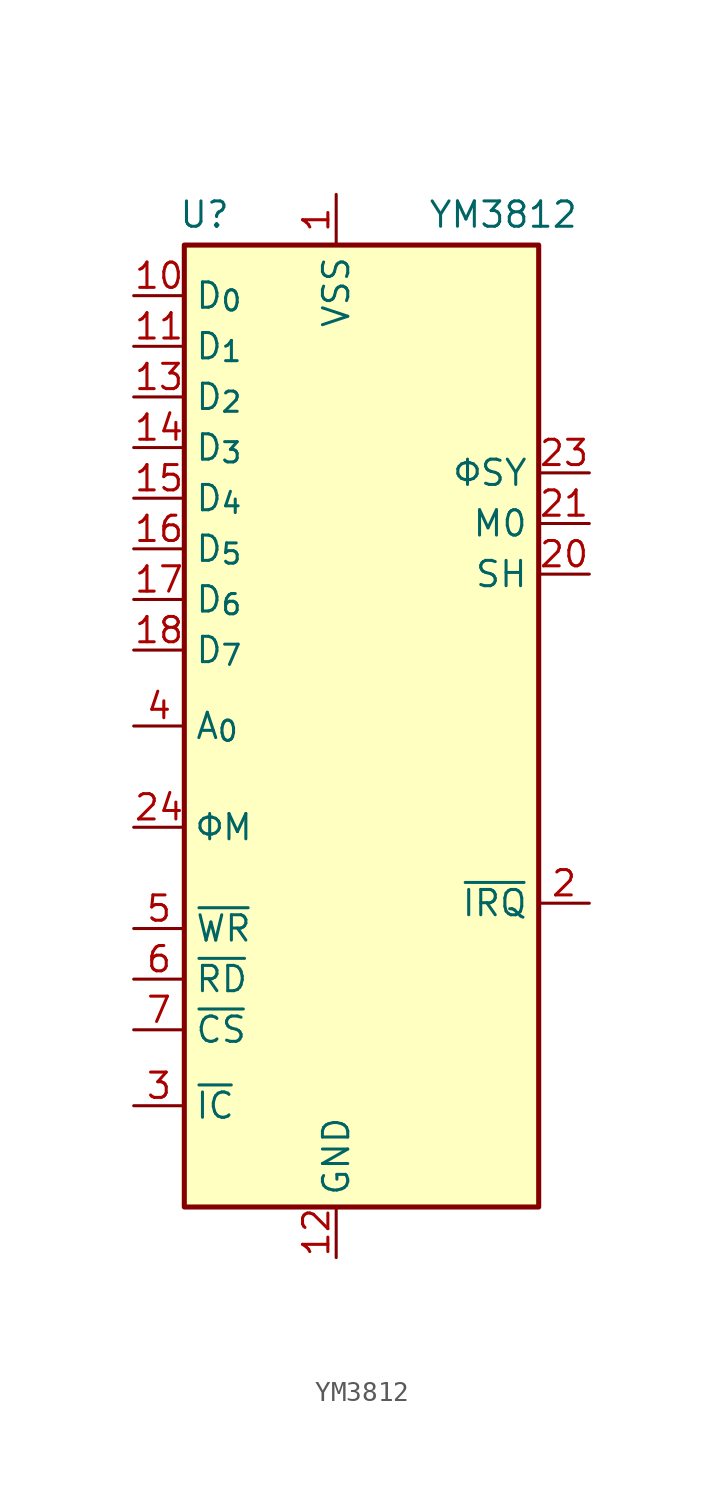
<source format=kicad_sym>
(kicad_symbol_lib
  (version 20241209)
  (generator "kicad_symbol_editor")
  (generator_version "9.0")
  (symbol "YM3812"
    (property "Reference" "U"
      (at -6.604 19.304 0)
      (effects (font (size 1.27 1.27))))
    (property "Value" "YM3812"
      (at 8.382 19.304 0)
      (effects (font (size 1.27 1.27))))
    (symbol "YM3812_0_0"
      (rectangle (start -7.62 17.78) (end 10.16 -30.48) (stroke (width 0.254) (type default)) (fill (type background))))
    (symbol "YM3812_1_0"
      (pin input line (at -10.16 -25.4 0) (length 2.54) (name "~{IC}" (effects (font (size 1.27 1.27)))) (number "3" (effects (font (size 1.27 1.27)))))
      (pin no_connect line (at 6.35 -33.02 90) (length 2.54) (hide yes) (name "NC" (effects (font (size 1.27 1.27)))) (number "9" (effects (font (size 1.27 1.27)))))
      (pin no_connect line (at 8.89 -33.02 90) (length 2.54) (hide yes) (name "NC" (effects (font (size 1.27 1.27)))) (number "8" (effects (font (size 1.27 1.27))))))
    (symbol "YM3812_1_1"
      (pin bidirectional line (at -10.16 15.24 0) (length 2.54) (name "D_{0}" (effects (font (size 1.27 1.27)))) (number "10" (effects (font (size 1.27 1.27)))))
      (pin bidirectional line (at -10.16 12.7 0) (length 2.54) (name "D_{1}" (effects (font (size 1.27 1.27)))) (number "11" (effects (font (size 1.27 1.27)))))
      (pin bidirectional line (at -10.16 10.16 0) (length 2.54) (name "D_{2}" (effects (font (size 1.27 1.27)))) (number "13" (effects (font (size 1.27 1.27)))))
      (pin bidirectional line (at -10.16 7.62 0) (length 2.54) (name "D_{3}" (effects (font (size 1.27 1.27)))) (number "14" (effects (font (size 1.27 1.27)))))
      (pin bidirectional line (at -10.16 5.08 0) (length 2.54) (name "D_{4}" (effects (font (size 1.27 1.27)))) (number "15" (effects (font (size 1.27 1.27)))))
      (pin bidirectional line (at -10.16 2.54 0) (length 2.54) (name "D_{5}" (effects (font (size 1.27 1.27)))) (number "16" (effects (font (size 1.27 1.27)))))
      (pin bidirectional line (at -10.16 0 0) (length 2.54) (name "D_{6}" (effects (font (size 1.27 1.27)))) (number "17" (effects (font (size 1.27 1.27)))))
      (pin bidirectional line (at -10.16 -2.54 0) (length 2.54) (name "D_{7}" (effects (font (size 1.27 1.27)))) (number "18" (effects (font (size 1.27 1.27)))))
      (pin input line (at -10.16 -6.35 0) (length 2.54) (name "A_{0}" (effects (font (size 1.27 1.27)))) (number "4" (effects (font (size 1.27 1.27)))))
      (pin input line (at -10.16 -11.43 0) (length 2.54) (name "ΦM" (effects (font (size 1.27 1.27)))) (number "24" (effects (font (size 1.27 1.27)))))
      (pin input line (at -10.16 -16.51 0) (length 2.54) (name "~{WR}" (effects (font (size 1.27 1.27)))) (number "5" (effects (font (size 1.27 1.27)))))
      (pin input line (at -10.16 -19.05 0) (length 2.54) (name "~{RD}" (effects (font (size 1.27 1.27)))) (number "6" (effects (font (size 1.27 1.27)))))
      (pin input line (at -10.16 -21.59 0) (length 2.54) (name "~{CS}" (effects (font (size 1.27 1.27)))) (number "7" (effects (font (size 1.27 1.27)))))
      (pin no_connect line (at -2.54 -33.02 90) (length 2.54) (hide yes) (name "NC" (effects (font (size 1.27 1.27)))) (number "19" (effects (font (size 1.27 1.27)))))
      (pin power_in line (at 0 20.32 270) (length 2.54) (name "VSS" (effects (font (size 1.27 1.27)))) (number "1" (effects (font (size 1.27 1.27)))))
      (pin passive line (at 0 -33.02 90) (length 2.54) (name "GND" (effects (font (size 1.27 1.27)))) (number "12" (effects (font (size 1.27 1.27)))))
      (pin no_connect line (at 3.81 -33.02 90) (length 2.54) (hide yes) (name "NC" (effects (font (size 1.27 1.27)))) (number "22" (effects (font (size 1.27 1.27)))))
      (pin output line (at 12.7 6.35 180) (length 2.54) (name "ΦSY" (effects (font (size 1.27 1.27)))) (number "23" (effects (font (size 1.27 1.27)))))
      (pin output line (at 12.7 3.81 180) (length 2.54) (name "M0" (effects (font (size 1.27 1.27)))) (number "21" (effects (font (size 1.27 1.27)))))
      (pin output line (at 12.7 1.27 180) (length 2.54) (name "SH" (effects (font (size 1.27 1.27)))) (number "20" (effects (font (size 1.27 1.27)))))
      (pin open_collector line (at 12.7 -15.24 180) (length 2.54) (name "~{IRQ}" (effects (font (size 1.27 1.27)))) (number "2" (effects (font (size 1.27 1.27))))))))
</source>
